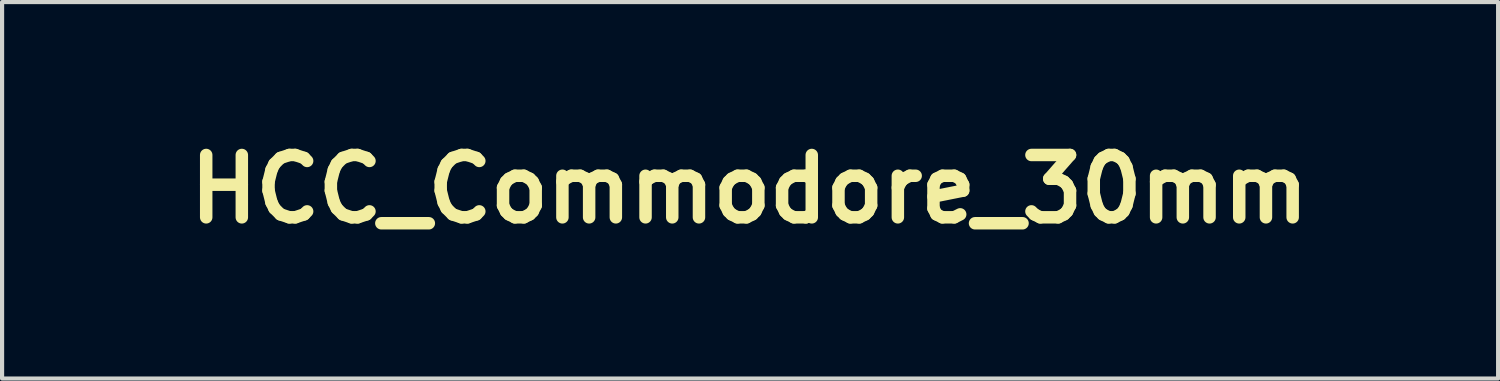
<source format=kicad_pcb>
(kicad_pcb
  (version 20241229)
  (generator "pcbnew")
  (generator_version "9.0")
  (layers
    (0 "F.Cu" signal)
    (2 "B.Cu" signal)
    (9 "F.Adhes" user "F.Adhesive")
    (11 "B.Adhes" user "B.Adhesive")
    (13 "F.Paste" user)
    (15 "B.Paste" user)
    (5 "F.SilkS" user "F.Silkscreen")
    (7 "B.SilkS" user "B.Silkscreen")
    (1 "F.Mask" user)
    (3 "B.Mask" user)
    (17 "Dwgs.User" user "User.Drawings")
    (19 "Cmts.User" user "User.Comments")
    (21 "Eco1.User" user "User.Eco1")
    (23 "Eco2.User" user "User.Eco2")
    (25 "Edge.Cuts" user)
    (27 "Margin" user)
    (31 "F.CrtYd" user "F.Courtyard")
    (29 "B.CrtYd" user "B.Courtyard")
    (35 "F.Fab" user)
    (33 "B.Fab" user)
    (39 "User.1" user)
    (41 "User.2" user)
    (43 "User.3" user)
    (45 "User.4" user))
  (footprint "HCC_Commodore_30mm"
    (layer "F.Cu")
    (at 14.983 1.501)
    (property "Reference" "HCC_Commodore_30mm" (at 0 0 0) (layer "F.SilkS") (effects (font (size 1.5 1.5) (thickness 0.3))))
    (attr board_only exclude_from_pos_files exclude_from_bom)
    (fp_poly (pts (xy 12.825 -0.375) (xy 12.822 -0.282) (xy 12.808 -0.235) (xy 12.778 -0.22) (xy 12.758 -0.219) (xy 12.612 -0.195) (xy 12.462 -0.133) (xy 12.34 -0.045) (xy 12.339 -0.044) (xy 12.285 0.02) (xy 12.242 0.095) (xy 12.212 0.189) (xy 12.19 0.31) (xy 12.177 0.469) (xy 12.17 0.673) (xy 12.168 0.921) (xy 12.168 1.501) (xy 12.012 1.501) (xy 11.855 1.501) (xy 11.855 0.5) (xy 11.855 -0.5) (xy 12.012 -0.5) (xy 12.104 -0.498) (xy 12.151 -0.486) (xy 12.166 -0.453) (xy 12.168 -0.409) (xy 12.168 -0.317) (xy 12.346 -0.425) (xy 12.472 -0.492) (xy 12.579 -0.524) (xy 12.675 -0.532) (xy 12.825 -0.532)) (stroke (width 0) (type solid)) (fill yes) (layer "F.Mask"))
    (fp_poly (pts (xy -14.483 -1.013) (xy -14.483 -0.829) (xy -14.48 -0.698) (xy -14.476 -0.613) (xy -14.468 -0.565) (xy -14.455 -0.545) (xy -14.436 -0.545) (xy -14.428 -0.548) (xy -14.263 -0.611) (xy -14.127 -0.645) (xy -13.998 -0.653) (xy -13.951 -0.65) (xy -13.75 -0.612) (xy -13.569 -0.53) (xy -13.425 -0.414) (xy -13.385 -0.366) (xy -13.328 -0.279) (xy -13.283 -0.19) (xy -13.25 -0.09) (xy -13.227 0.031) (xy -13.212 0.183) (xy -13.204 0.374) (xy -13.201 0.615) (xy -13.2 0.725) (xy -13.2 1.376) (xy -13.448 1.376) (xy -13.696 1.376) (xy -13.706 0.727) (xy -13.711 0.487) (xy -13.718 0.3) (xy -13.73 0.161) (xy -13.748 0.059) (xy -13.775 -0.013) (xy -13.812 -0.062) (xy -13.862 -0.098) (xy -13.922 -0.126) (xy -14.037 -0.15) (xy -14.167 -0.142) (xy -14.283 -0.106) (xy -14.333 -0.073) (xy -14.382 -0.022) (xy -14.42 0.036) (xy -14.447 0.113) (xy -14.465 0.215) (xy -14.476 0.353) (xy -14.481 0.534) (xy -14.483 0.769) (xy -14.483 0.781) (xy -14.483 1.376) (xy -14.733 1.376) (xy -14.983 1.376) (xy -14.983 -0.063) (xy -14.983 -1.501) (xy -14.733 -1.501) (xy -14.483 -1.501)) (stroke (width 0) (type solid)) (fill yes) (layer "F.Mask"))
    (fp_poly (pts (xy 5.896 -0.517) (xy 6.077 -0.469) (xy 6.237 -0.379) (xy 6.384 -0.252) (xy 6.54 -0.054) (xy 6.644 0.169) (xy 6.695 0.407) (xy 6.692 0.651) (xy 6.634 0.891) (xy 6.521 1.116) (xy 6.478 1.177) (xy 6.327 1.328) (xy 6.137 1.445) (xy 5.922 1.521) (xy 5.699 1.553) (xy 5.483 1.534) (xy 5.441 1.523) (xy 5.222 1.43) (xy 5.026 1.285) (xy 4.865 1.1) (xy 4.775 0.942) (xy 4.724 0.777) (xy 4.703 0.579) (xy 4.706 0.509) (xy 5.037 0.509) (xy 5.065 0.727) (xy 5.147 0.918) (xy 5.28 1.076) (xy 5.458 1.194) (xy 5.618 1.238) (xy 5.794 1.235) (xy 5.963 1.186) (xy 6.04 1.143) (xy 6.194 1.007) (xy 6.3 0.84) (xy 6.358 0.653) (xy 6.366 0.456) (xy 6.324 0.261) (xy 6.23 0.078) (xy 6.136 -0.036) (xy 5.982 -0.16) (xy 5.827 -0.226) (xy 5.66 -0.235) (xy 5.569 -0.219) (xy 5.39 -0.146) (xy 5.24 -0.023) (xy 5.127 0.138) (xy 5.057 0.33) (xy 5.037 0.509) (xy 4.706 0.509) (xy 4.711 0.372) (xy 4.747 0.178) (xy 4.789 0.061) (xy 4.908 -0.144) (xy 5.054 -0.302) (xy 5.239 -0.425) (xy 5.262 -0.436) (xy 5.385 -0.491) (xy 5.492 -0.521) (xy 5.617 -0.531) (xy 5.677 -0.532)) (stroke (width 0) (type solid)) (fill yes) (layer "F.Mask"))
    (fp_poly (pts (xy 10.632 -0.514) (xy 10.826 -0.456) (xy 10.999 -0.353) (xy 11.072 -0.293) (xy 11.234 -0.111) (xy 11.343 0.095) (xy 11.401 0.333) (xy 11.411 0.438) (xy 11.404 0.692) (xy 11.35 0.913) (xy 11.245 1.116) (xy 11.202 1.176) (xy 11.051 1.328) (xy 10.86 1.445) (xy 10.645 1.522) (xy 10.421 1.553) (xy 10.205 1.533) (xy 10.165 1.523) (xy 9.946 1.43) (xy 9.749 1.285) (xy 9.588 1.1) (xy 9.498 0.942) (xy 9.448 0.777) (xy 9.426 0.579) (xy 9.429 0.509) (xy 9.76 0.509) (xy 9.788 0.727) (xy 9.87 0.918) (xy 10.003 1.076) (xy 10.182 1.194) (xy 10.342 1.238) (xy 10.517 1.235) (xy 10.687 1.186) (xy 10.764 1.143) (xy 10.918 1.007) (xy 11.024 0.84) (xy 11.081 0.653) (xy 11.089 0.456) (xy 11.047 0.261) (xy 10.954 0.078) (xy 10.859 -0.036) (xy 10.706 -0.16) (xy 10.55 -0.226) (xy 10.383 -0.235) (xy 10.292 -0.219) (xy 10.113 -0.146) (xy 9.963 -0.023) (xy 9.85 0.138) (xy 9.78 0.33) (xy 9.76 0.509) (xy 9.429 0.509) (xy 9.434 0.372) (xy 9.47 0.178) (xy 9.513 0.061) (xy 9.632 -0.144) (xy 9.778 -0.302) (xy 9.963 -0.425) (xy 9.986 -0.436) (xy 10.108 -0.491) (xy 10.216 -0.521) (xy 10.34 -0.531) (xy 10.4 -0.532)) (stroke (width 0) (type solid)) (fill yes) (layer "F.Mask"))
    (fp_poly (pts (xy 9.009 0.063) (xy 9.009 1.501) (xy 8.837 1.501) (xy 8.665 1.501) (xy 8.665 1.358) (xy 8.665 1.215) (xy 8.567 1.313) (xy 8.402 1.438) (xy 8.205 1.52) (xy 7.995 1.557) (xy 7.789 1.543) (xy 7.711 1.522) (xy 7.473 1.414) (xy 7.28 1.262) (xy 7.133 1.068) (xy 7.034 0.837) (xy 6.986 0.583) (xy 6.988 0.516) (xy 7.321 0.516) (xy 7.347 0.733) (xy 7.428 0.92) (xy 7.538 1.058) (xy 7.697 1.177) (xy 7.874 1.24) (xy 8.061 1.246) (xy 8.22 1.203) (xy 8.389 1.099) (xy 8.529 0.945) (xy 8.581 0.86) (xy 8.627 0.726) (xy 8.649 0.561) (xy 8.644 0.392) (xy 8.613 0.243) (xy 8.59 0.188) (xy 8.479 0.025) (xy 8.34 -0.107) (xy 8.187 -0.192) (xy 8.155 -0.203) (xy 7.967 -0.23) (xy 7.79 -0.2) (xy 7.631 -0.121) (xy 7.497 0.002) (xy 7.397 0.163) (xy 7.336 0.354) (xy 7.321 0.516) (xy 6.988 0.516) (xy 6.994 0.335) (xy 7.055 0.102) (xy 7.167 -0.108) (xy 7.325 -0.287) (xy 7.526 -0.426) (xy 7.546 -0.436) (xy 7.669 -0.492) (xy 7.776 -0.521) (xy 7.9 -0.531) (xy 7.958 -0.531) (xy 8.168 -0.513) (xy 8.346 -0.454) (xy 8.51 -0.347) (xy 8.55 -0.314) (xy 8.665 -0.212) (xy 8.665 -0.794) (xy 8.665 -1.376) (xy 8.837 -1.376) (xy 9.009 -1.376)) (stroke (width 0) (type solid)) (fill yes) (layer "F.Mask"))
    (fp_poly (pts (xy -7.739 -1.438) (xy -7.589 -1.376) (xy -7.574 -1.367) (xy -7.41 -1.226) (xy -7.295 -1.058) (xy -7.229 -0.873) (xy -7.21 -0.681) (xy -7.24 -0.491) (xy -7.316 -0.314) (xy -7.44 -0.158) (xy -7.61 -0.034) (xy -7.631 -0.023) (xy -7.822 0.044) (xy -8.026 0.064) (xy -8.221 0.035) (xy -8.306 0.004) (xy -8.48 -0.105) (xy -8.611 -0.249) (xy -8.62 -0.266) (xy -8.039 -0.266) (xy -8.024 -0.205) (xy -7.977 -0.188) (xy -7.928 -0.206) (xy -7.914 -0.266) (xy -7.929 -0.327) (xy -7.977 -0.344) (xy -8.026 -0.326) (xy -8.039 -0.266) (xy -8.62 -0.266) (xy -8.699 -0.418) (xy -8.744 -0.601) (xy -8.747 -0.789) (xy -8.738 -0.829) (xy -8.039 -0.829) (xy -8.038 -0.674) (xy -8.035 -0.572) (xy -8.028 -0.511) (xy -8.014 -0.48) (xy -7.992 -0.47) (xy -7.977 -0.469) (xy -7.95 -0.473) (xy -7.932 -0.492) (xy -7.921 -0.535) (xy -7.916 -0.615) (xy -7.914 -0.741) (xy -7.914 -0.829) (xy -7.915 -0.984) (xy -7.918 -1.086) (xy -7.926 -1.147) (xy -7.939 -1.178) (xy -7.961 -1.188) (xy -7.977 -1.189) (xy -8.003 -1.185) (xy -8.021 -1.166) (xy -8.032 -1.123) (xy -8.037 -1.043) (xy -8.039 -0.917) (xy -8.039 -0.829) (xy -8.738 -0.829) (xy -8.707 -0.973) (xy -8.625 -1.142) (xy -8.501 -1.287) (xy -8.335 -1.398) (xy -8.274 -1.425) (xy -8.105 -1.465) (xy -7.919 -1.468)) (stroke (width 0) (type solid)) (fill yes) (layer "F.Mask"))
    (fp_poly (pts (xy -5.365 -0.517) (xy -5.184 -0.469) (xy -5.024 -0.38) (xy -4.878 -0.253) (xy -4.788 -0.155) (xy -4.714 -0.059) (xy -4.671 0.017) (xy -4.668 0.023) (xy -4.633 0.125) (xy -4.799 0.125) (xy -4.89 0.122) (xy -4.956 0.106) (xy -5.017 0.067) (xy -5.095 -0.005) (xy -5.118 -0.028) (xy -5.27 -0.154) (xy -5.421 -0.223) (xy -5.581 -0.237) (xy -5.694 -0.219) (xy -5.877 -0.144) (xy -6.027 -0.022) (xy -6.139 0.14) (xy -6.207 0.334) (xy -6.224 0.508) (xy -6.197 0.731) (xy -6.118 0.92) (xy -5.99 1.073) (xy -5.813 1.187) (xy -5.797 1.194) (xy -5.63 1.238) (xy -5.455 1.232) (xy -5.288 1.182) (xy -5.145 1.092) (xy -5.041 0.968) (xy -5.006 0.916) (xy -4.964 0.888) (xy -4.894 0.878) (xy -4.809 0.876) (xy -4.713 0.88) (xy -4.648 0.889) (xy -4.63 0.899) (xy -4.644 0.937) (xy -4.682 1.011) (xy -4.725 1.089) (xy -4.859 1.262) (xy -5.035 1.4) (xy -5.24 1.497) (xy -5.462 1.549) (xy -5.687 1.55) (xy -5.82 1.523) (xy -6.039 1.43) (xy -6.235 1.285) (xy -6.396 1.1) (xy -6.486 0.942) (xy -6.537 0.777) (xy -6.558 0.579) (xy -6.55 0.372) (xy -6.514 0.178) (xy -6.472 0.061) (xy -6.353 -0.144) (xy -6.207 -0.302) (xy -6.022 -0.425) (xy -5.999 -0.436) (xy -5.876 -0.491) (xy -5.769 -0.521) (xy -5.644 -0.531) (xy -5.584 -0.532)) (stroke (width 0) (type solid)) (fill yes) (layer "F.Mask"))
    (fp_poly (pts (xy -9.682 -0.635) (xy -9.595 -0.614) (xy -9.398 -0.528) (xy -9.22 -0.399) (xy -9.077 -0.237) (xy -8.979 -0.056) (xy -8.963 -0.008) (xy -8.955 0.026) (xy -8.966 0.047) (xy -9.005 0.058) (xy -9.085 0.062) (xy -9.206 0.063) (xy -9.336 0.061) (xy -9.421 0.054) (xy -9.48 0.036) (xy -9.531 0.003) (xy -9.583 -0.044) (xy -9.724 -0.141) (xy -9.876 -0.181) (xy -10.026 -0.166) (xy -10.167 -0.098) (xy -10.287 0.019) (xy -10.358 0.139) (xy -10.406 0.309) (xy -10.404 0.479) (xy -10.358 0.639) (xy -10.274 0.778) (xy -10.159 0.887) (xy -10.016 0.954) (xy -9.897 0.97) (xy -9.804 0.951) (xy -9.696 0.905) (xy -9.597 0.844) (xy -9.533 0.782) (xy -9.533 0.781) (xy -9.507 0.751) (xy -9.465 0.733) (xy -9.393 0.723) (xy -9.279 0.72) (xy -9.218 0.719) (xy -9.087 0.72) (xy -9.007 0.724) (xy -8.967 0.735) (xy -8.956 0.755) (xy -8.962 0.787) (xy -8.963 0.79) (xy -9.024 0.93) (xy -9.118 1.075) (xy -9.226 1.196) (xy -9.25 1.217) (xy -9.422 1.323) (xy -9.63 1.394) (xy -9.856 1.426) (xy -10.079 1.416) (xy -10.192 1.392) (xy -10.42 1.298) (xy -10.612 1.157) (xy -10.762 0.977) (xy -10.866 0.765) (xy -10.921 0.527) (xy -10.921 0.271) (xy -10.913 0.208) (xy -10.846 -0.032) (xy -10.73 -0.239) (xy -10.573 -0.411) (xy -10.382 -0.541) (xy -10.165 -0.624) (xy -9.929 -0.658)) (stroke (width 0) (type solid)) (fill yes) (layer "F.Mask"))
    (fp_poly (pts (xy -11.767 -0.62) (xy -11.567 -0.567) (xy -11.401 -0.471) (xy -11.259 -0.329) (xy -11.175 -0.212) (xy -11.104 -0.092) (xy -11.074 -0.013) (xy -11.089 0.033) (xy -11.156 0.055) (xy -11.278 0.062) (xy -11.334 0.063) (xy -11.464 0.061) (xy -11.549 0.053) (xy -11.604 0.036) (xy -11.647 0.005) (xy -11.67 -0.019) (xy -11.805 -0.125) (xy -11.948 -0.176) (xy -12.092 -0.176) (xy -12.228 -0.129) (xy -12.347 -0.04) (xy -12.439 0.088) (xy -12.497 0.249) (xy -12.512 0.397) (xy -12.496 0.563) (xy -12.439 0.697) (xy -12.332 0.82) (xy -12.311 0.838) (xy -12.166 0.929) (xy -12.013 0.961) (xy -11.861 0.934) (xy -11.72 0.848) (xy -11.683 0.813) (xy -11.635 0.767) (xy -11.588 0.739) (xy -11.526 0.725) (xy -11.43 0.72) (xy -11.333 0.719) (xy -11.205 0.721) (xy -11.127 0.727) (xy -11.088 0.741) (xy -11.074 0.764) (xy -11.073 0.776) (xy -11.093 0.843) (xy -11.143 0.938) (xy -11.214 1.044) (xy -11.293 1.143) (xy -11.343 1.195) (xy -11.495 1.3) (xy -11.686 1.376) (xy -11.897 1.42) (xy -12.111 1.427) (xy -12.301 1.397) (xy -12.524 1.303) (xy -12.713 1.161) (xy -12.865 0.98) (xy -12.972 0.766) (xy -13.031 0.529) (xy -13.036 0.297) (xy -12.986 0.044) (xy -12.882 -0.181) (xy -12.726 -0.373) (xy -12.522 -0.527) (xy -12.472 -0.554) (xy -12.386 -0.595) (xy -12.308 -0.621) (xy -12.218 -0.634) (xy -12.095 -0.638) (xy -12.012 -0.638)) (stroke (width 0) (type solid)) (fill yes) (layer "F.Mask"))
    (fp_poly (pts (xy -3.127 -0.502) (xy -2.903 -0.418) (xy -2.709 -0.28) (xy -2.55 -0.091) (xy -2.485 0.022) (xy -2.441 0.116) (xy -2.413 0.198) (xy -2.399 0.289) (xy -2.394 0.409) (xy -2.393 0.5) (xy -2.396 0.653) (xy -2.406 0.763) (xy -2.427 0.854) (xy -2.463 0.946) (xy -2.475 0.972) (xy -2.606 1.184) (xy -2.779 1.353) (xy -2.956 1.459) (xy -3.126 1.515) (xy -3.316 1.546) (xy -3.5 1.548) (xy -3.606 1.532) (xy -3.84 1.442) (xy -4.041 1.301) (xy -4.202 1.113) (xy -4.282 0.972) (xy -4.322 0.877) (xy -4.347 0.789) (xy -4.359 0.686) (xy -4.363 0.547) (xy -4.363 0.5) (xy -4.362 0.423) (xy -4.03 0.423) (xy -4.029 0.55) (xy -3.997 0.767) (xy -3.919 0.941) (xy -3.793 1.08) (xy -3.664 1.164) (xy -3.498 1.231) (xy -3.345 1.246) (xy -3.185 1.208) (xy -3.109 1.176) (xy -2.948 1.069) (xy -2.824 0.919) (xy -2.743 0.74) (xy -2.708 0.541) (xy -2.724 0.335) (xy -2.751 0.237) (xy -2.835 0.077) (xy -2.963 -0.064) (xy -3.117 -0.169) (xy -3.211 -0.206) (xy -3.317 -0.233) (xy -3.398 -0.238) (xy -3.487 -0.222) (xy -3.547 -0.206) (xy -3.697 -0.142) (xy -3.819 -0.041) (xy -3.827 -0.032) (xy -3.939 0.113) (xy -4.004 0.257) (xy -4.03 0.423) (xy -4.362 0.423) (xy -4.361 0.353) (xy -4.352 0.247) (xy -4.332 0.162) (xy -4.298 0.076) (xy -4.271 0.022) (xy -4.132 -0.191) (xy -3.956 -0.355) (xy -3.746 -0.467) (xy -3.508 -0.524) (xy -3.378 -0.531)) (stroke (width 0) (type solid)) (fill yes) (layer "F.Mask"))
    (fp_poly (pts (xy 2.517 -0.508) (xy 2.688 -0.434) (xy 2.827 -0.318) (xy 2.917 -0.223) (xy 2.992 -0.313) (xy 3.126 -0.43) (xy 3.294 -0.502) (xy 3.5 -0.528) (xy 3.593 -0.527) (xy 3.788 -0.504) (xy 3.939 -0.448) (xy 4.06 -0.352) (xy 4.163 -0.208) (xy 4.176 -0.184) (xy 4.27 -0.016) (xy 4.28 0.743) (xy 4.29 1.501) (xy 4.117 1.501) (xy 3.945 1.501) (xy 3.935 0.753) (xy 3.926 0.004) (xy 3.833 -0.092) (xy 3.703 -0.188) (xy 3.557 -0.231) (xy 3.408 -0.223) (xy 3.268 -0.169) (xy 3.15 -0.069) (xy 3.068 0.072) (xy 3.068 0.072) (xy 3.056 0.134) (xy 3.047 0.25) (xy 3.04 0.412) (xy 3.036 0.611) (xy 3.034 0.831) (xy 3.034 1.501) (xy 2.862 1.501) (xy 2.69 1.501) (xy 2.69 0.79) (xy 2.69 0.558) (xy 2.688 0.38) (xy 2.684 0.248) (xy 2.678 0.152) (xy 2.669 0.083) (xy 2.656 0.034) (xy 2.639 -0.005) (xy 2.629 -0.022) (xy 2.527 -0.144) (xy 2.398 -0.212) (xy 2.248 -0.231) (xy 2.103 -0.211) (xy 1.981 -0.145) (xy 1.868 -0.026) (xy 1.863 -0.019) (xy 1.842 0.012) (xy 1.826 0.05) (xy 1.814 0.102) (xy 1.806 0.177) (xy 1.799 0.284) (xy 1.795 0.43) (xy 1.791 0.625) (xy 1.789 0.784) (xy 1.78 1.501) (xy 1.609 1.501) (xy 1.439 1.501) (xy 1.439 0.5) (xy 1.439 -0.5) (xy 1.595 -0.5) (xy 1.688 -0.498) (xy 1.734 -0.486) (xy 1.75 -0.453) (xy 1.752 -0.407) (xy 1.757 -0.336) (xy 1.778 -0.319) (xy 1.826 -0.353) (xy 1.855 -0.379) (xy 1.991 -0.472) (xy 2.165 -0.522) (xy 2.315 -0.532)) (stroke (width 0) (type solid)) (fill yes) (layer "F.Mask"))
    (fp_poly (pts (xy -0.895 -0.51) (xy -0.72 -0.446) (xy -0.586 -0.346) (xy -0.555 -0.309) (xy -0.488 -0.218) (xy -0.377 -0.327) (xy -0.227 -0.442) (xy -0.058 -0.509) (xy 0.144 -0.531) (xy 0.163 -0.531) (xy 0.378 -0.507) (xy 0.555 -0.435) (xy 0.698 -0.313) (xy 0.709 -0.299) (xy 0.759 -0.234) (xy 0.798 -0.167) (xy 0.827 -0.091) (xy 0.848 0.005) (xy 0.862 0.128) (xy 0.87 0.286) (xy 0.875 0.489) (xy 0.876 0.745) (xy 0.876 0.778) (xy 0.876 1.501) (xy 0.719 1.501) (xy 0.563 1.501) (xy 0.563 0.84) (xy 0.561 0.584) (xy 0.555 0.37) (xy 0.546 0.204) (xy 0.534 0.092) (xy 0.526 0.057) (xy 0.458 -0.078) (xy 0.353 -0.172) (xy 0.224 -0.225) (xy 0.082 -0.236) (xy -0.058 -0.203) (xy -0.186 -0.126) (xy -0.284 -0.012) (xy -0.309 0.03) (xy -0.328 0.072) (xy -0.341 0.124) (xy -0.351 0.194) (xy -0.358 0.292) (xy -0.363 0.426) (xy -0.367 0.606) (xy -0.37 0.805) (xy -0.38 1.501) (xy -0.534 1.501) (xy -0.688 1.501) (xy -0.689 0.821) (xy -0.69 0.592) (xy -0.692 0.416) (xy -0.696 0.284) (xy -0.704 0.187) (xy -0.715 0.114) (xy -0.73 0.058) (xy -0.749 0.01) (xy -0.829 -0.117) (xy -0.938 -0.196) (xy -1.068 -0.235) (xy -1.212 -0.232) (xy -1.355 -0.179) (xy -1.479 -0.084) (xy -1.536 -0.012) (xy -1.56 0.03) (xy -1.579 0.072) (xy -1.593 0.124) (xy -1.603 0.194) (xy -1.609 0.292) (xy -1.614 0.426) (xy -1.618 0.606) (xy -1.621 0.805) (xy -1.631 1.501) (xy -1.785 1.501) (xy -1.939 1.501) (xy -1.939 0.5) (xy -1.939 -0.5) (xy -1.783 -0.5) (xy -1.69 -0.498) (xy -1.644 -0.486) (xy -1.628 -0.453) (xy -1.627 -0.409) (xy -1.627 -0.317) (xy -1.467 -0.424) (xy -1.369 -0.485) (xy -1.287 -0.517) (xy -1.191 -0.53) (xy -1.102 -0.532)) (stroke (width 0) (type solid)) (fill yes) (layer "F.Mask"))
    (fp_poly (pts (xy 14.176 -0.524) (xy 14.261 -0.504) (xy 14.355 -0.466) (xy 14.364 -0.462) (xy 14.586 -0.332) (xy 14.758 -0.168) (xy 14.883 0.035) (xy 14.964 0.282) (xy 14.968 0.301) (xy 14.991 0.414) (xy 15.008 0.505) (xy 15.014 0.555) (xy 15.014 0.555) (xy 15.001 0.567) (xy 14.956 0.577) (xy 14.875 0.584) (xy 14.752 0.589) (xy 14.581 0.592) (xy 14.357 0.594) (xy 14.17 0.594) (xy 13.909 0.594) (xy 13.705 0.595) (xy 13.552 0.598) (xy 13.443 0.606) (xy 13.372 0.62) (xy 13.335 0.642) (xy 13.324 0.674) (xy 13.334 0.717) (xy 13.359 0.774) (xy 13.385 0.829) (xy 13.495 1.003) (xy 13.638 1.132) (xy 13.803 1.215) (xy 13.979 1.249) (xy 14.159 1.232) (xy 14.33 1.163) (xy 14.485 1.041) (xy 14.498 1.027) (xy 14.575 0.945) (xy 14.634 0.899) (xy 14.695 0.88) (xy 14.782 0.876) (xy 14.795 0.876) (xy 14.889 0.878) (xy 14.934 0.888) (xy 14.943 0.914) (xy 14.935 0.946) (xy 14.858 1.11) (xy 14.734 1.265) (xy 14.579 1.395) (xy 14.451 1.467) (xy 14.262 1.525) (xy 14.048 1.549) (xy 13.837 1.538) (xy 13.737 1.517) (xy 13.513 1.425) (xy 13.327 1.291) (xy 13.181 1.124) (xy 13.075 0.931) (xy 13.011 0.721) (xy 12.989 0.503) (xy 13.008 0.313) (xy 13.35 0.313) (xy 13.977 0.313) (xy 14.169 0.312) (xy 14.338 0.308) (xy 14.476 0.303) (xy 14.573 0.297) (xy 14.618 0.289) (xy 14.62 0.287) (xy 14.614 0.249) (xy 14.583 0.175) (xy 14.544 0.101) (xy 14.428 -0.049) (xy 14.282 -0.159) (xy 14.117 -0.225) (xy 13.946 -0.239) (xy 13.836 -0.218) (xy 13.672 -0.141) (xy 13.529 -0.028) (xy 13.422 0.108) (xy 13.371 0.229) (xy 13.35 0.313) (xy 13.008 0.313) (xy 13.011 0.283) (xy 13.077 0.071) (xy 13.188 -0.125) (xy 13.346 -0.296) (xy 13.496 -0.405) (xy 13.598 -0.461) (xy 13.687 -0.495) (xy 13.789 -0.514) (xy 13.927 -0.525) (xy 13.936 -0.526) (xy 14.075 -0.53)) (stroke (width 0) (type solid)) (fill yes) (layer "F.Mask")))
  (gr_rect
    (start -3 -3)
    (end 32.998 6.058)
    (stroke (width 0.1) (type default))
    (fill no)
    (layer "Edge.Cuts")))
</source>
